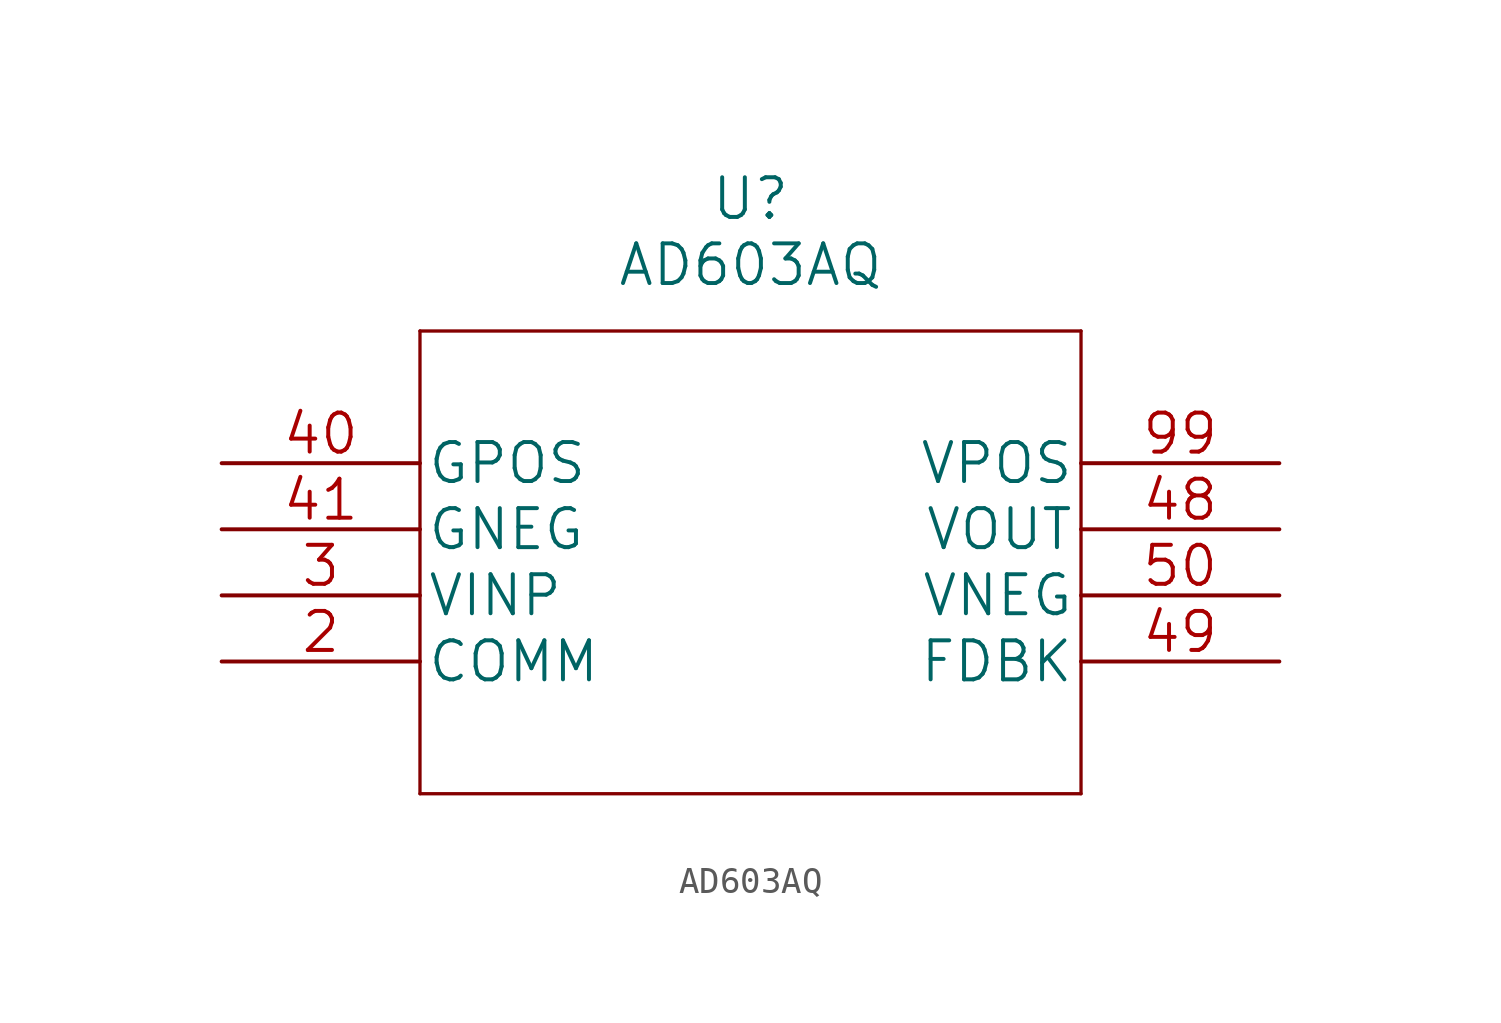
<source format=kicad_sym>
(kicad_symbol_lib
  (version 20211014)
  (generator kicad_symbol_editor)
  (symbol "AD603AQ"
    (pin_names
      (offset 0.254))
    (property "Reference" "U"
      (at 20.32 10.16 0)
      (effects (font (size 1.524 1.524))))
    (property "Value" "AD603AQ"
      (at 20.32 7.62 0)
      (effects (font (size 1.524 1.524))))
    (property "Datasheet" ""
      (at 0 0 0)
      (effects (font (size 1.524 1.524))))
    (property "ki_locked" ""
      (at 0 0 0)
      (effects (font (size 1.27 1.27))))
    (symbol "AD603AQ_1_1"
      (polyline (pts (xy 7.62 -12.7) (xy 33.02 -12.7)) (stroke (width 0.127) (type default) (color 0 0 0 0)) (fill (type none)))
      (polyline (pts (xy 7.62 5.08) (xy 7.62 -12.7)) (stroke (width 0.127) (type default) (color 0 0 0 0)) (fill (type none)))
      (polyline (pts (xy 33.02 -12.7) (xy 33.02 5.08)) (stroke (width 0.127) (type default) (color 0 0 0 0)) (fill (type none)))
      (polyline (pts (xy 33.02 5.08) (xy 7.62 5.08)) (stroke (width 0.127) (type default) (color 0 0 0 0)) (fill (type none)))
      (pin passive line (at 0 -7.62 0) (length 7.62) (name "COMM" (effects (font (size 1.499 1.499)))) (number "2" (effects (font (size 1.499 1.499)))))
      (pin passive line (at 0 -5.08 0) (length 7.62) (name "VINP" (effects (font (size 1.499 1.499)))) (number "3" (effects (font (size 1.499 1.499)))))
      (pin passive line (at 0 0 0) (length 7.62) (name "GPOS" (effects (font (size 1.499 1.499)))) (number "40" (effects (font (size 1.499 1.499)))))
      (pin passive line (at 0 -2.54 0) (length 7.62) (name "GNEG" (effects (font (size 1.499 1.499)))) (number "41" (effects (font (size 1.499 1.499)))))
      (pin passive line (at 40.64 -2.54 180) (length 7.62) (name "VOUT" (effects (font (size 1.499 1.499)))) (number "48" (effects (font (size 1.499 1.499)))))
      (pin passive line (at 40.64 -7.62 180) (length 7.62) (name "FDBK" (effects (font (size 1.499 1.499)))) (number "49" (effects (font (size 1.499 1.499)))))
      (pin power_in line (at 40.64 -5.08 180) (length 7.62) (name "VNEG" (effects (font (size 1.499 1.499)))) (number "50" (effects (font (size 1.499 1.499)))))
      (pin power_in line (at 40.64 0 180) (length 7.62) (name "VPOS" (effects (font (size 1.499 1.499)))) (number "99" (effects (font (size 1.499 1.499))))))))
</source>
